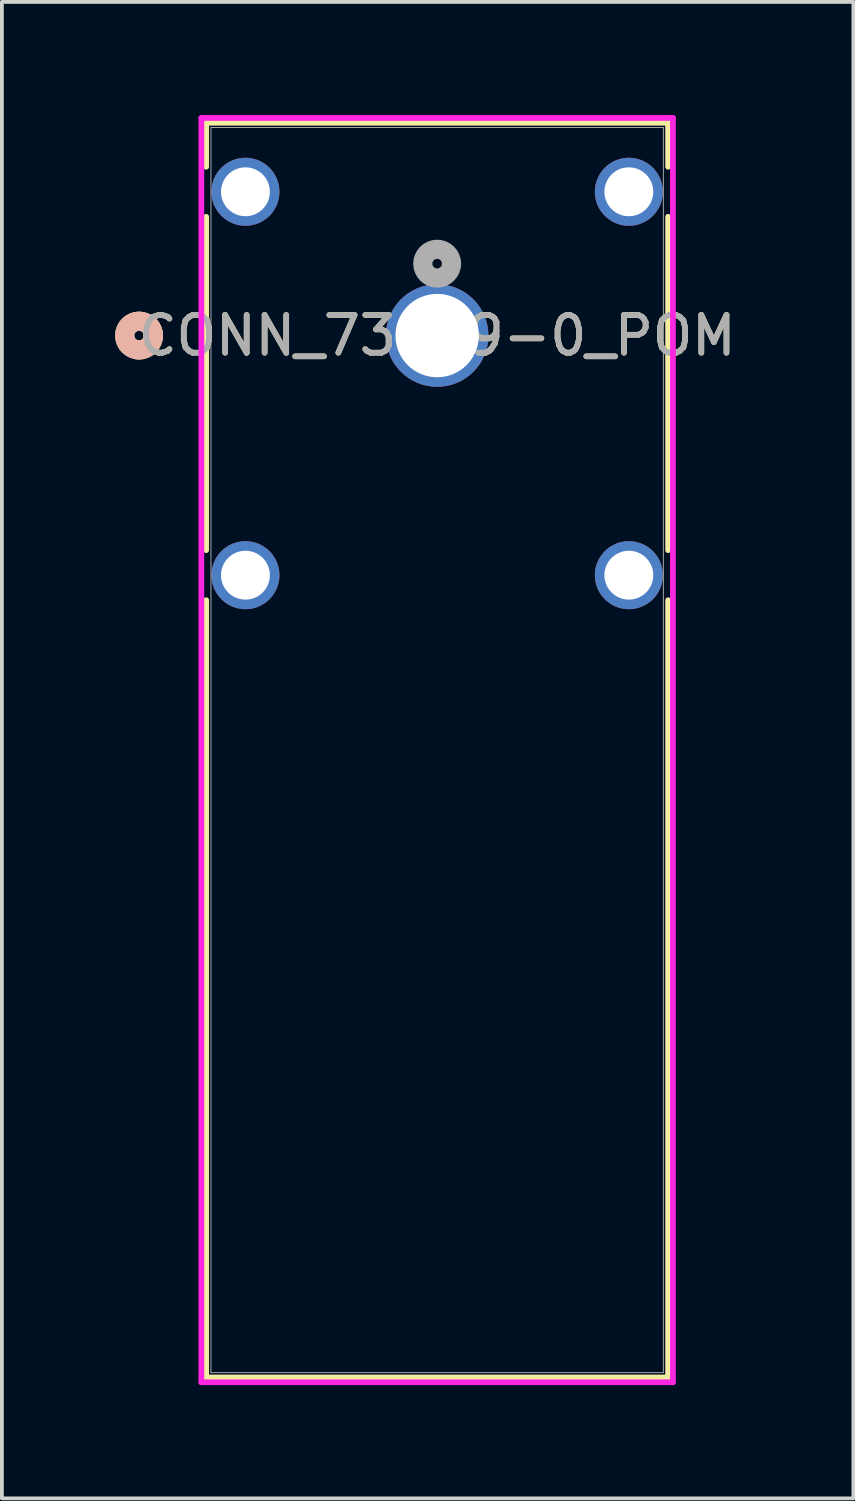
<source format=kicad_pcb>
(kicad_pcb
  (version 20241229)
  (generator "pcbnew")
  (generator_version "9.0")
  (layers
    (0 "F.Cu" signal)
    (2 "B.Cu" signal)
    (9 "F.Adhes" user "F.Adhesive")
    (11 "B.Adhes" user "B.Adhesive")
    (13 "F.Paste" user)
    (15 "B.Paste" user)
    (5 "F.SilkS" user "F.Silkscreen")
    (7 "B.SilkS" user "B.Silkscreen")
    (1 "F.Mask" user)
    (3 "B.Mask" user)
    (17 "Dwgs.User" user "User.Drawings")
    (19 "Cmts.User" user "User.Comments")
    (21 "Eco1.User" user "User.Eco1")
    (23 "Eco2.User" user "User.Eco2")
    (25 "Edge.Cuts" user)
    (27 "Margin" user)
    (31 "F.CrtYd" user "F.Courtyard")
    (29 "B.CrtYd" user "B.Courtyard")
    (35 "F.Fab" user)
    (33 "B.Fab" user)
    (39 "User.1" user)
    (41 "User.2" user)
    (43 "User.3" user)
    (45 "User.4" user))
  (footprint "CONN_73099-0_POM"
    (layer "F.Cu")
    (at 8.534 5.842)
    (property "Reference" "CONN_73099-0_POM" (at 0 0 0) (unlocked yes) (layer "F.SilkS") (effects (font (size 1 1) (thickness 0.15))))
    (attr through_hole)
    (fp_line (start -6.121 -5.639) (end -6.121 -4.473) (stroke (width 0.152) (type solid)) (layer "F.SilkS"))
    (fp_line (start -6.121 -3.147) (end -6.121 5.687) (stroke (width 0.152) (type solid)) (layer "F.SilkS"))
    (fp_line (start -6.121 7.013) (end -6.121 27.61) (stroke (width 0.152) (type solid)) (layer "F.SilkS"))
    (fp_line (start -6.121 27.61) (end 6.121 27.61) (stroke (width 0.152) (type solid)) (layer "F.SilkS"))
    (fp_line (start 6.121 -5.639) (end -6.121 -5.639) (stroke (width 0.152) (type solid)) (layer "F.SilkS"))
    (fp_line (start 6.121 -4.473) (end 6.121 -5.639) (stroke (width 0.152) (type solid)) (layer "F.SilkS"))
    (fp_line (start 6.121 5.687) (end 6.121 -3.147) (stroke (width 0.152) (type solid)) (layer "F.SilkS"))
    (fp_line (start 6.121 27.61) (end 6.121 7.013) (stroke (width 0.152) (type solid)) (layer "F.SilkS"))
    (fp_circle (center -7.899 0) (end -7.518 0) (stroke (width 0.508) (type solid)) (fill no) (layer "F.SilkS"))
    (fp_circle (center -7.899 0) (end -7.518 0) (stroke (width 0.508) (type solid)) (fill no) (layer "B.SilkS"))
    (fp_line (start -6.248 -5.766) (end -6.248 27.737) (stroke (width 0.152) (type solid)) (layer "F.CrtYd"))
    (fp_line (start -6.248 27.737) (end 6.248 27.737) (stroke (width 0.152) (type solid)) (layer "F.CrtYd"))
    (fp_line (start 6.248 -5.766) (end -6.248 -5.766) (stroke (width 0.152) (type solid)) (layer "F.CrtYd"))
    (fp_line (start 6.248 27.737) (end 6.248 -5.766) (stroke (width 0.152) (type solid)) (layer "F.CrtYd"))
    (fp_line (start -5.994 -5.512) (end -5.994 27.483) (stroke (width 0.025) (type solid)) (layer "F.Fab"))
    (fp_line (start -5.994 27.483) (end 5.994 27.483) (stroke (width 0.025) (type solid)) (layer "F.Fab"))
    (fp_line (start 5.994 -5.512) (end -5.994 -5.512) (stroke (width 0.025) (type solid)) (layer "F.Fab"))
    (fp_line (start 5.994 27.483) (end 5.994 -5.512) (stroke (width 0.025) (type solid)) (layer "F.Fab"))
    (fp_circle (center 0 -1.905) (end 0.381 -1.905) (stroke (width 0.508) (type solid)) (fill no) (layer "F.Fab"))
    (fp_text user "${REFERENCE}" (at 0 0 0) (unlocked yes) (layer "F.Fab") (effects (font (size 1 1) (thickness 0.15))))
    (pad "1" thru_hole circle (at 0 0) (size 2.718 2.718) (drill 2.21) (layers "*.Cu" "*.Mask"))
    (pad "2" thru_hole circle (at -5.08 -3.81) (size 1.803 1.803) (drill 1.295) (layers "*.Cu" "*.Mask"))
    (pad "3" thru_hole circle (at 5.08 -3.81) (size 1.803 1.803) (drill 1.295) (layers "*.Cu" "*.Mask"))
    (pad "4" thru_hole circle (at -5.08 6.35) (size 1.803 1.803) (drill 1.295) (layers "*.Cu" "*.Mask"))
    (pad "5" thru_hole circle (at 5.08 6.35) (size 1.803 1.803) (drill 1.295) (layers "*.Cu" "*.Mask")))
  (gr_rect
    (start -3 -3)
    (end 19.564 36.655)
    (stroke (width 0.1) (type default))
    (fill no)
    (layer "Edge.Cuts")))
</source>
